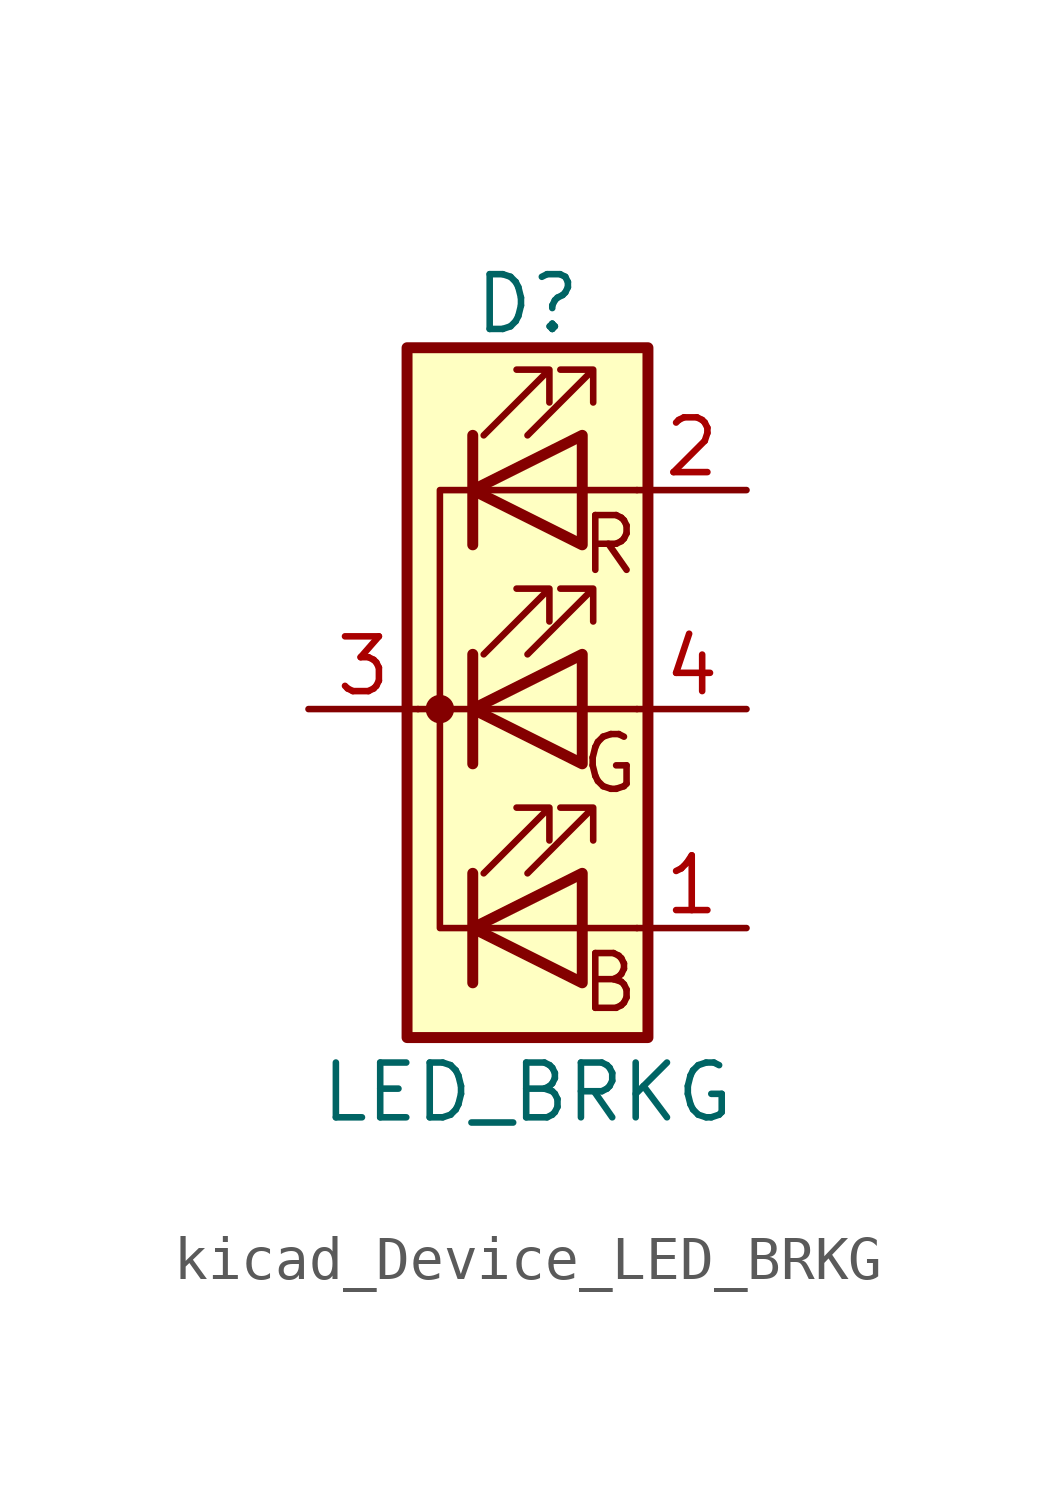
<source format=kicad_sym>
(kicad_symbol_lib
  (version 20220914)
  (generator kicad_symbol_editor)
  (symbol "kicad_Device_LED_BRKG"
    (pin_names
      (offset 0) hide)
    (property "Reference" "D"
      (at 0 9.398 0)
      (effects (font (size 1.27 1.27))))
    (property "Value" "LED_BRKG"
      (at 0 -8.89 0)
      (effects (font (size 1.27 1.27))))
    (symbol "kicad_Device_LED_BRKG_0_0"
      (text "B" (at 1.905 -6.35 0) (effects (font (size 1.27 1.27))))
      (text "G" (at 1.905 -1.27 0) (effects (font (size 1.27 1.27))))
      (text "R" (at 1.905 3.81 0) (effects (font (size 1.27 1.27)))))
    (symbol "kicad_Device_LED_BRKG_0_1"
      (circle (center -2.032 0) (radius 0.254) (stroke (width 0) (type default)) (fill (type outline)))
      (polyline (pts (xy -1.27 -5.08) (xy 1.27 -5.08)) (stroke (width 0) (type default)) (fill (type none)))
      (polyline (pts (xy -1.27 -3.81) (xy -1.27 -6.35)) (stroke (width 0.254) (type default)) (fill (type none)))
      (polyline (pts (xy -1.27 0) (xy -2.54 0)) (stroke (width 0) (type default)) (fill (type none)))
      (polyline (pts (xy -1.27 1.27) (xy -1.27 -1.27)) (stroke (width 0.254) (type default)) (fill (type none)))
      (polyline (pts (xy -1.27 5.08) (xy 1.27 5.08)) (stroke (width 0) (type default)) (fill (type none)))
      (polyline (pts (xy -1.27 6.35) (xy -1.27 3.81)) (stroke (width 0.254) (type default)) (fill (type none)))
      (polyline (pts (xy 1.27 -5.08) (xy 2.54 -5.08)) (stroke (width 0) (type default)) (fill (type none)))
      (polyline (pts (xy 1.27 0) (xy -1.27 0)) (stroke (width 0) (type default)) (fill (type none)))
      (polyline (pts (xy 1.27 0) (xy 2.54 0)) (stroke (width 0) (type default)) (fill (type none)))
      (polyline (pts (xy 1.27 5.08) (xy 2.54 5.08)) (stroke (width 0) (type default)) (fill (type none)))
      (polyline (pts (xy -1.27 1.27) (xy -1.27 -1.27) (xy -1.27 -1.27)) (stroke (width 0) (type default)) (fill (type none)))
      (polyline (pts (xy -1.27 6.35) (xy -1.27 3.81) (xy -1.27 3.81)) (stroke (width 0) (type default)) (fill (type none)))
      (polyline (pts (xy -1.27 5.08) (xy -2.032 5.08) (xy -2.032 -5.08) (xy -1.016 -5.08)) (stroke (width 0) (type default)) (fill (type none)))
      (polyline (pts (xy 1.27 -3.81) (xy 1.27 -6.35) (xy -1.27 -5.08) (xy 1.27 -3.81)) (stroke (width 0.254) (type default)) (fill (type none)))
      (polyline (pts (xy 1.27 1.27) (xy 1.27 -1.27) (xy -1.27 0) (xy 1.27 1.27)) (stroke (width 0.254) (type default)) (fill (type none)))
      (polyline (pts (xy 1.27 6.35) (xy 1.27 3.81) (xy -1.27 5.08) (xy 1.27 6.35)) (stroke (width 0.254) (type default)) (fill (type none)))
      (polyline (pts (xy -1.016 -3.81) (xy 0.508 -2.286) (xy -0.254 -2.286) (xy 0.508 -2.286) (xy 0.508 -3.048)) (stroke (width 0) (type default)) (fill (type none)))
      (polyline (pts (xy -1.016 1.27) (xy 0.508 2.794) (xy -0.254 2.794) (xy 0.508 2.794) (xy 0.508 2.032)) (stroke (width 0) (type default)) (fill (type none)))
      (polyline (pts (xy -1.016 6.35) (xy 0.508 7.874) (xy -0.254 7.874) (xy 0.508 7.874) (xy 0.508 7.112)) (stroke (width 0) (type default)) (fill (type none)))
      (polyline (pts (xy 0 -3.81) (xy 1.524 -2.286) (xy 0.762 -2.286) (xy 1.524 -2.286) (xy 1.524 -3.048)) (stroke (width 0) (type default)) (fill (type none)))
      (polyline (pts (xy 0 1.27) (xy 1.524 2.794) (xy 0.762 2.794) (xy 1.524 2.794) (xy 1.524 2.032)) (stroke (width 0) (type default)) (fill (type none)))
      (polyline (pts (xy 0 6.35) (xy 1.524 7.874) (xy 0.762 7.874) (xy 1.524 7.874) (xy 1.524 7.112)) (stroke (width 0) (type default)) (fill (type none)))
      (rectangle (start 1.27 -1.27) (end 1.27 1.27) (stroke (width 0) (type default)) (fill (type none)))
      (rectangle (start 1.27 1.27) (end 1.27 1.27) (stroke (width 0) (type default)) (fill (type none)))
      (rectangle (start 1.27 3.81) (end 1.27 6.35) (stroke (width 0) (type default)) (fill (type none)))
      (rectangle (start 1.27 6.35) (end 1.27 6.35) (stroke (width 0) (type default)) (fill (type none)))
      (rectangle (start 2.794 8.382) (end -2.794 -7.62) (stroke (width 0.254) (type default)) (fill (type background))))
    (symbol "kicad_Device_LED_BRKG_1_1"
      (pin passive line (at 5.08 -5.08 180) (length 2.54) (name "BA" (effects (font (size 1.27 1.27)))) (number "1" (effects (font (size 1.27 1.27)))))
      (pin passive line (at 5.08 5.08 180) (length 2.54) (name "RA" (effects (font (size 1.27 1.27)))) (number "2" (effects (font (size 1.27 1.27)))))
      (pin passive line (at -5.08 0 0) (length 2.54) (name "K" (effects (font (size 1.27 1.27)))) (number "3" (effects (font (size 1.27 1.27)))))
      (pin passive line (at 5.08 0 180) (length 2.54) (name "GA" (effects (font (size 1.27 1.27)))) (number "4" (effects (font (size 1.27 1.27))))))))
</source>
